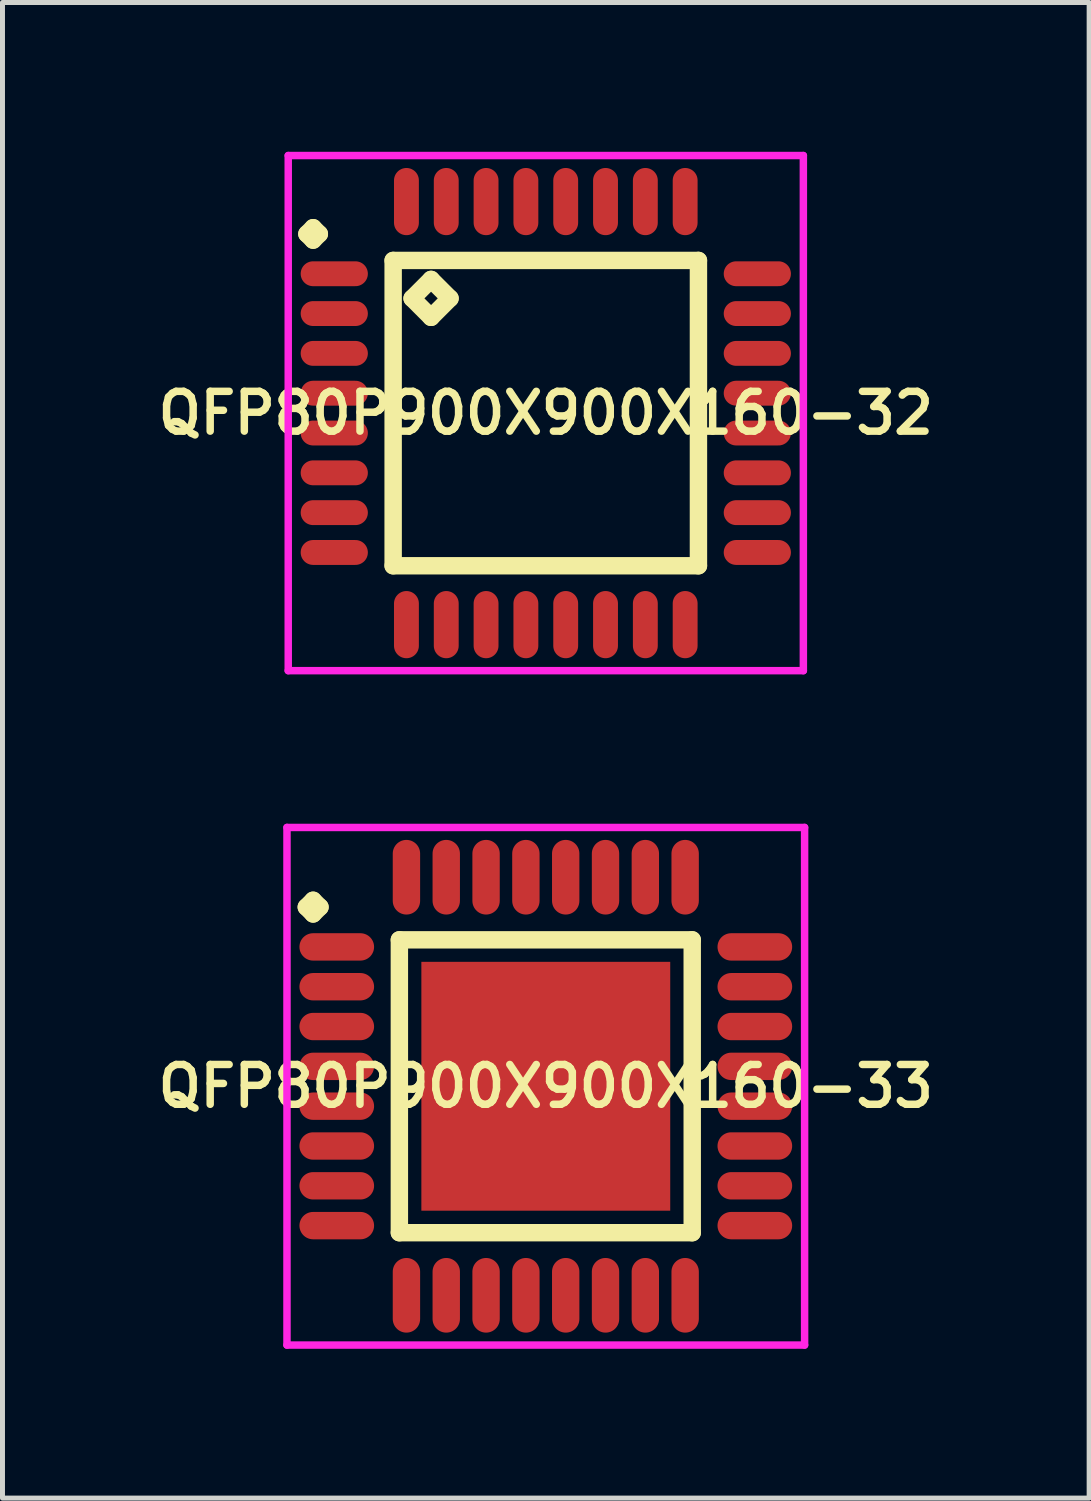
<source format=kicad_pcb>
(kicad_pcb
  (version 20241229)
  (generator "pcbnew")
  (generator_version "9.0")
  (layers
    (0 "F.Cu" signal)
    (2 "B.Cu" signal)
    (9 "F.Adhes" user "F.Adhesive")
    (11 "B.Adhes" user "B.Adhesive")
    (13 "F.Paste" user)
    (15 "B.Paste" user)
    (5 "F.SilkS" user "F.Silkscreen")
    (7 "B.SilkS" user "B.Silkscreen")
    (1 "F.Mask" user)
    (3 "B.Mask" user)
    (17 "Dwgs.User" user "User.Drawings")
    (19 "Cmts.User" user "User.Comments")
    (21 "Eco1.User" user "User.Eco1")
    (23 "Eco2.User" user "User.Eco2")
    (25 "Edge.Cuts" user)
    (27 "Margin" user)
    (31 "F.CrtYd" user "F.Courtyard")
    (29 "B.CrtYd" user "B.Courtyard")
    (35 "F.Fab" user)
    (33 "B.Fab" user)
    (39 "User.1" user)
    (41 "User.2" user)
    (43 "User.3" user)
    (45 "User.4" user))
  (footprint "QFP80P900X900X160-32"
    (layer "F.Cu")
    (at 7.916 5.25)
    (property "Reference" "QFP80P900X900X160-32" (at 0 0 0) (layer "F.SilkS") (effects (font (size 0.8 0.8) (thickness 0.15))))
    (attr smd)
    (fp_line (start -4.8 -3.6) (end -4.675 -3.725) (stroke (width 0.35) (type solid)) (layer "F.SilkS"))
    (fp_line (start -4.675 -3.725) (end -4.55 -3.6) (stroke (width 0.35) (type solid)) (layer "F.SilkS"))
    (fp_line (start -4.675 -3.475) (end -4.8 -3.6) (stroke (width 0.35) (type solid)) (layer "F.SilkS"))
    (fp_line (start -4.55 -3.6) (end -4.675 -3.475) (stroke (width 0.35) (type solid)) (layer "F.SilkS"))
    (fp_line (start -3.067 -3.067) (end -3.067 3.067) (stroke (width 0.35) (type solid)) (layer "F.SilkS"))
    (fp_line (start -3.067 3.067) (end 3.067 3.067) (stroke (width 0.35) (type solid)) (layer "F.SilkS"))
    (fp_line (start -2.686 -2.305) (end -2.305 -2.686) (stroke (width 0.35) (type solid)) (layer "F.SilkS"))
    (fp_line (start -2.305 -2.686) (end -1.924 -2.305) (stroke (width 0.35) (type solid)) (layer "F.SilkS"))
    (fp_line (start -2.305 -1.924) (end -2.686 -2.305) (stroke (width 0.35) (type solid)) (layer "F.SilkS"))
    (fp_line (start -1.924 -2.305) (end -2.305 -1.924) (stroke (width 0.35) (type solid)) (layer "F.SilkS"))
    (fp_line (start 3.067 -3.067) (end -3.067 -3.067) (stroke (width 0.35) (type solid)) (layer "F.SilkS"))
    (fp_line (start 3.067 3.067) (end 3.067 -3.067) (stroke (width 0.35) (type solid)) (layer "F.SilkS"))
    (fp_line (start -5.175 -5.175) (end 5.175 -5.175) (stroke (width 0.15) (type solid)) (layer "F.CrtYd"))
    (fp_line (start -5.175 5.175) (end -5.175 -5.175) (stroke (width 0.15) (type solid)) (layer "F.CrtYd"))
    (fp_line (start 5.175 -5.175) (end 5.175 5.175) (stroke (width 0.15) (type solid)) (layer "F.CrtYd"))
    (fp_line (start 5.175 5.175) (end -5.175 5.175) (stroke (width 0.15) (type solid)) (layer "F.CrtYd"))
    (pad "1" smd oval (at -4.25 -2.8) (size 1.35 0.5) (layers "F.Cu" "F.Mask" "F.Paste"))
    (pad "2" smd oval (at -4.25 -2) (size 1.35 0.5) (layers "F.Cu" "F.Mask" "F.Paste"))
    (pad "3" smd oval (at -4.25 -1.2) (size 1.35 0.5) (layers "F.Cu" "F.Mask" "F.Paste"))
    (pad "4" smd oval (at -4.25 -0.4) (size 1.35 0.5) (layers "F.Cu" "F.Mask" "F.Paste"))
    (pad "5" smd oval (at -4.25 0.4) (size 1.35 0.5) (layers "F.Cu" "F.Mask" "F.Paste"))
    (pad "6" smd oval (at -4.25 1.2) (size 1.35 0.5) (layers "F.Cu" "F.Mask" "F.Paste"))
    (pad "7" smd oval (at -4.25 2) (size 1.35 0.5) (layers "F.Cu" "F.Mask" "F.Paste"))
    (pad "8" smd oval (at -4.25 2.8) (size 1.35 0.5) (layers "F.Cu" "F.Mask" "F.Paste"))
    (pad "9" smd oval (at -2.8 4.25) (size 0.5 1.35) (layers "F.Cu" "F.Mask" "F.Paste"))
    (pad "10" smd oval (at -2 4.25) (size 0.5 1.35) (layers "F.Cu" "F.Mask" "F.Paste"))
    (pad "11" smd oval (at -1.2 4.25) (size 0.5 1.35) (layers "F.Cu" "F.Mask" "F.Paste"))
    (pad "12" smd oval (at -0.4 4.25) (size 0.5 1.35) (layers "F.Cu" "F.Mask" "F.Paste"))
    (pad "13" smd oval (at 0.4 4.25) (size 0.5 1.35) (layers "F.Cu" "F.Mask" "F.Paste"))
    (pad "14" smd oval (at 1.2 4.25) (size 0.5 1.35) (layers "F.Cu" "F.Mask" "F.Paste"))
    (pad "15" smd oval (at 2 4.25) (size 0.5 1.35) (layers "F.Cu" "F.Mask" "F.Paste"))
    (pad "16" smd oval (at 2.8 4.25) (size 0.5 1.35) (layers "F.Cu" "F.Mask" "F.Paste"))
    (pad "17" smd oval (at 4.25 2.8) (size 1.35 0.5) (layers "F.Cu" "F.Mask" "F.Paste"))
    (pad "18" smd oval (at 4.25 2) (size 1.35 0.5) (layers "F.Cu" "F.Mask" "F.Paste"))
    (pad "19" smd oval (at 4.25 1.2) (size 1.35 0.5) (layers "F.Cu" "F.Mask" "F.Paste"))
    (pad "20" smd oval (at 4.25 0.4) (size 1.35 0.5) (layers "F.Cu" "F.Mask" "F.Paste"))
    (pad "21" smd oval (at 4.25 -0.4) (size 1.35 0.5) (layers "F.Cu" "F.Mask" "F.Paste"))
    (pad "22" smd oval (at 4.25 -1.2) (size 1.35 0.5) (layers "F.Cu" "F.Mask" "F.Paste"))
    (pad "23" smd oval (at 4.25 -2) (size 1.35 0.5) (layers "F.Cu" "F.Mask" "F.Paste"))
    (pad "24" smd oval (at 4.25 -2.8) (size 1.35 0.5) (layers "F.Cu" "F.Mask" "F.Paste"))
    (pad "25" smd oval (at 2.8 -4.25) (size 0.5 1.35) (layers "F.Cu" "F.Mask" "F.Paste"))
    (pad "26" smd oval (at 2 -4.25) (size 0.5 1.35) (layers "F.Cu" "F.Mask" "F.Paste"))
    (pad "27" smd oval (at 1.2 -4.25) (size 0.5 1.35) (layers "F.Cu" "F.Mask" "F.Paste"))
    (pad "28" smd oval (at 0.4 -4.25) (size 0.5 1.35) (layers "F.Cu" "F.Mask" "F.Paste"))
    (pad "29" smd oval (at -0.4 -4.25) (size 0.5 1.35) (layers "F.Cu" "F.Mask" "F.Paste"))
    (pad "30" smd oval (at -1.2 -4.25) (size 0.5 1.35) (layers "F.Cu" "F.Mask" "F.Paste"))
    (pad "31" smd oval (at -2 -4.25) (size 0.5 1.35) (layers "F.Cu" "F.Mask" "F.Paste"))
    (pad "32" smd oval (at -2.8 -4.25) (size 0.5 1.35) (layers "F.Cu" "F.Mask" "F.Paste")))
  (footprint "QFP80P900X900X160-33"
    (layer "F.Cu")
    (at 7.916 18.775)
    (property "Reference" "QFP80P900X900X160-33" (at 0 0 0) (layer "F.SilkS") (effects (font (size 0.8 0.8) (thickness 0.15))))
    (attr through_hole)
    (fp_line (start -4.812 -3.6) (end -4.675 -3.737) (stroke (width 0.35) (type solid)) (layer "F.SilkS"))
    (fp_line (start -4.675 -3.737) (end -4.537 -3.6) (stroke (width 0.35) (type solid)) (layer "F.SilkS"))
    (fp_line (start -4.675 -3.462) (end -4.812 -3.6) (stroke (width 0.35) (type solid)) (layer "F.SilkS"))
    (fp_line (start -4.537 -3.6) (end -4.675 -3.462) (stroke (width 0.35) (type solid)) (layer "F.SilkS"))
    (fp_line (start -2.942 -2.942) (end -2.942 2.942) (stroke (width 0.35) (type solid)) (layer "F.SilkS"))
    (fp_line (start -2.942 2.942) (end 2.942 2.942) (stroke (width 0.35) (type solid)) (layer "F.SilkS"))
    (fp_line (start 2.942 -2.942) (end -2.942 -2.942) (stroke (width 0.35) (type solid)) (layer "F.SilkS"))
    (fp_line (start 2.942 2.942) (end 2.942 -2.942) (stroke (width 0.35) (type solid)) (layer "F.SilkS"))
    (fp_line (start -5.2 -5.2) (end 5.2 -5.2) (stroke (width 0.15) (type solid)) (layer "F.CrtYd"))
    (fp_line (start -5.2 5.2) (end -5.2 -5.2) (stroke (width 0.15) (type solid)) (layer "F.CrtYd"))
    (fp_line (start 5.2 -5.2) (end 5.2 5.2) (stroke (width 0.15) (type solid)) (layer "F.CrtYd"))
    (fp_line (start 5.2 5.2) (end -5.2 5.2) (stroke (width 0.15) (type solid)) (layer "F.CrtYd"))
    (pad "1" smd oval (at -4.2 -2.8) (size 1.5 0.55) (layers "F.Cu" "F.Mask" "F.Paste"))
    (pad "2" smd oval (at -4.2 -2) (size 1.5 0.55) (layers "F.Cu" "F.Mask" "F.Paste"))
    (pad "3" smd oval (at -4.2 -1.2) (size 1.5 0.55) (layers "F.Cu" "F.Mask" "F.Paste"))
    (pad "4" smd oval (at -4.2 -0.4) (size 1.5 0.55) (layers "F.Cu" "F.Mask" "F.Paste"))
    (pad "5" smd oval (at -4.2 0.4) (size 1.5 0.55) (layers "F.Cu" "F.Mask" "F.Paste"))
    (pad "6" smd oval (at -4.2 1.2) (size 1.5 0.55) (layers "F.Cu" "F.Mask" "F.Paste"))
    (pad "7" smd oval (at -4.2 2) (size 1.5 0.55) (layers "F.Cu" "F.Mask" "F.Paste"))
    (pad "8" smd oval (at -4.2 2.8) (size 1.5 0.55) (layers "F.Cu" "F.Mask" "F.Paste"))
    (pad "9" smd oval (at -2.8 4.2) (size 0.55 1.5) (layers "F.Cu" "F.Mask" "F.Paste"))
    (pad "10" smd oval (at -2 4.2) (size 0.55 1.5) (layers "F.Cu" "F.Mask" "F.Paste"))
    (pad "11" smd oval (at -1.2 4.2) (size 0.55 1.5) (layers "F.Cu" "F.Mask" "F.Paste"))
    (pad "12" smd oval (at -0.4 4.2) (size 0.55 1.5) (layers "F.Cu" "F.Mask" "F.Paste"))
    (pad "13" smd oval (at 0.4 4.2) (size 0.55 1.5) (layers "F.Cu" "F.Mask" "F.Paste"))
    (pad "14" smd oval (at 1.2 4.2) (size 0.55 1.5) (layers "F.Cu" "F.Mask" "F.Paste"))
    (pad "15" smd oval (at 2 4.2) (size 0.55 1.5) (layers "F.Cu" "F.Mask" "F.Paste"))
    (pad "16" smd oval (at 2.8 4.2) (size 0.55 1.5) (layers "F.Cu" "F.Mask" "F.Paste"))
    (pad "17" smd oval (at 4.2 2.8) (size 1.5 0.55) (layers "F.Cu" "F.Mask" "F.Paste"))
    (pad "18" smd oval (at 4.2 2) (size 1.5 0.55) (layers "F.Cu" "F.Mask" "F.Paste"))
    (pad "19" smd oval (at 4.2 1.2) (size 1.5 0.55) (layers "F.Cu" "F.Mask" "F.Paste"))
    (pad "20" smd oval (at 4.2 0.4) (size 1.5 0.55) (layers "F.Cu" "F.Mask" "F.Paste"))
    (pad "21" smd oval (at 4.2 -0.4) (size 1.5 0.55) (layers "F.Cu" "F.Mask" "F.Paste"))
    (pad "22" smd oval (at 4.2 -1.2) (size 1.5 0.55) (layers "F.Cu" "F.Mask" "F.Paste"))
    (pad "23" smd oval (at 4.2 -2) (size 1.5 0.55) (layers "F.Cu" "F.Mask" "F.Paste"))
    (pad "24" smd oval (at 4.2 -2.8) (size 1.5 0.55) (layers "F.Cu" "F.Mask" "F.Paste"))
    (pad "25" smd oval (at 2.8 -4.2) (size 0.55 1.5) (layers "F.Cu" "F.Mask" "F.Paste"))
    (pad "26" smd oval (at 2 -4.2) (size 0.55 1.5) (layers "F.Cu" "F.Mask" "F.Paste"))
    (pad "27" smd oval (at 1.2 -4.2) (size 0.55 1.5) (layers "F.Cu" "F.Mask" "F.Paste"))
    (pad "28" smd oval (at 0.4 -4.2) (size 0.55 1.5) (layers "F.Cu" "F.Mask" "F.Paste"))
    (pad "29" smd oval (at -0.4 -4.2) (size 0.55 1.5) (layers "F.Cu" "F.Mask" "F.Paste"))
    (pad "30" smd oval (at -1.2 -4.2) (size 0.55 1.5) (layers "F.Cu" "F.Mask" "F.Paste"))
    (pad "31" smd oval (at -2 -4.2) (size 0.55 1.5) (layers "F.Cu" "F.Mask" "F.Paste"))
    (pad "32" smd oval (at -2.8 -4.2) (size 0.55 1.5) (layers "F.Cu" "F.Mask" "F.Paste"))
    (pad "33" smd rect (at 0 0) (size 5 5) (layers "F.Cu" "F.Mask" "F.Paste")))
  (gr_rect
    (start -3 -3)
    (end 18.833 27.05)
    (stroke (width 0.1) (type default))
    (fill no)
    (layer "Edge.Cuts")))
</source>
